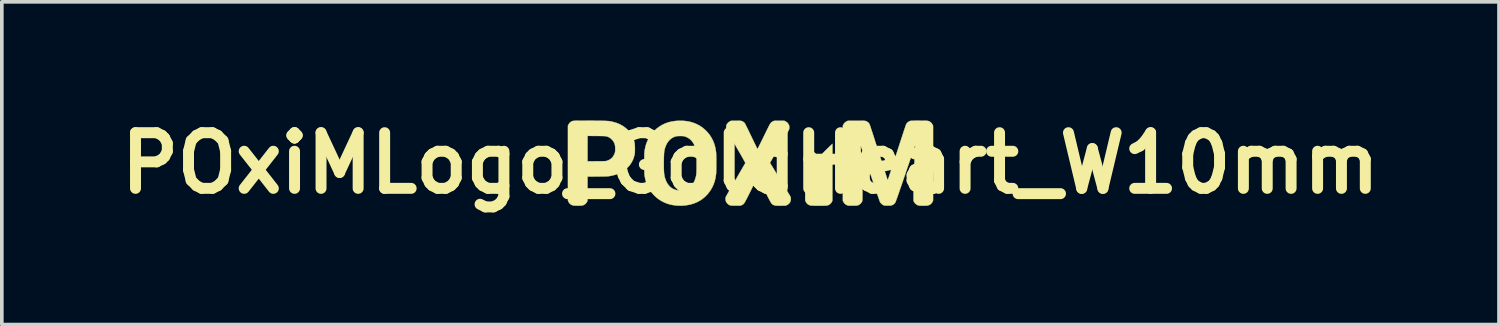
<source format=kicad_pcb>
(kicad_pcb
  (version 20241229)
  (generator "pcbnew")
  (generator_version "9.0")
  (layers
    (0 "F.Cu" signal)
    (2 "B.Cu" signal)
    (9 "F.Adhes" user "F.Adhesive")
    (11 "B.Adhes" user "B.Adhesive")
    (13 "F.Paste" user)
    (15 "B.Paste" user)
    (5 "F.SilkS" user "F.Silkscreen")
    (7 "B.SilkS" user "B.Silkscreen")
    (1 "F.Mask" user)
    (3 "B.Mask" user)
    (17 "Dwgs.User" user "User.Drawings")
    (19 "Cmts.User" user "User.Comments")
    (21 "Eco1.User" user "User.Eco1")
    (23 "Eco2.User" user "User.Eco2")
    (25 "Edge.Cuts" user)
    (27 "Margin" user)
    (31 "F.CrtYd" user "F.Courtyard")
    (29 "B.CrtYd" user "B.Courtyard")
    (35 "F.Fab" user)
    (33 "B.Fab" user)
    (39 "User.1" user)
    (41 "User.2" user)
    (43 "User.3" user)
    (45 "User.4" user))
  (footprint "POxiMLogo_GoldHeart_W10mm"
    (layer "F.Cu")
    (at 17.497 1.418)
    (property "Reference" "POxiMLogo_GoldHeart_W10mm" (at 0 0 0) (layer "F.SilkS") (effects (font (size 1.524 1.524) (thickness 0.3))))
    (attr through_hole)
    (fp_poly (pts (xy 1.751 -1.149) (xy 1.787 -1.133) (xy 1.805 -1.121) (xy 1.828 -1.099) (xy 1.849 -1.07) (xy 1.865 -1.04) (xy 1.871 -1.021) (xy 1.878 -0.993) (xy 1.882 -1.011) (xy 1.894 -1.045) (xy 1.914 -1.079) (xy 1.94 -1.109) (xy 1.97 -1.133) (xy 1.99 -1.145) (xy 2.014 -1.152) (xy 2.044 -1.156) (xy 2.076 -1.156) (xy 2.107 -1.154) (xy 2.133 -1.147) (xy 2.14 -1.145) (xy 2.166 -1.129) (xy 2.192 -1.107) (xy 2.215 -1.081) (xy 2.232 -1.055) (xy 2.234 -1.052) (xy 2.241 -1.035) (xy 2.245 -1.02) (xy 2.247 -1.002) (xy 2.248 -0.98) (xy 2.247 -0.957) (xy 2.244 -0.936) (xy 2.237 -0.916) (xy 2.226 -0.895) (xy 2.21 -0.87) (xy 2.189 -0.84) (xy 2.185 -0.835) (xy 2.176 -0.823) (xy 2.161 -0.806) (xy 2.141 -0.784) (xy 2.118 -0.759) (xy 2.092 -0.732) (xy 2.064 -0.703) (xy 2.035 -0.673) (xy 2.007 -0.643) (xy 1.979 -0.615) (xy 1.952 -0.588) (xy 1.929 -0.564) (xy 1.909 -0.545) (xy 1.893 -0.53) (xy 1.882 -0.521) (xy 1.878 -0.518) (xy 1.874 -0.522) (xy 1.863 -0.532) (xy 1.846 -0.547) (xy 1.826 -0.567) (xy 1.801 -0.591) (xy 1.774 -0.619) (xy 1.751 -0.641) (xy 1.702 -0.691) (xy 1.66 -0.735) (xy 1.625 -0.773) (xy 1.595 -0.807) (xy 1.571 -0.837) (xy 1.552 -0.864) (xy 1.536 -0.888) (xy 1.526 -0.907) (xy 1.516 -0.929) (xy 1.51 -0.946) (xy 1.507 -0.961) (xy 1.507 -0.978) (xy 1.512 -1.019) (xy 1.525 -1.056) (xy 1.546 -1.088) (xy 1.572 -1.114) (xy 1.603 -1.135) (xy 1.638 -1.15) (xy 1.675 -1.157) (xy 1.713 -1.157) (xy 1.751 -1.149)) (stroke (width 0.01) (type solid)) (fill yes) (layer "F.Mask"))
    (fp_poly (pts (xy 1.688 -0.357) (xy 1.877 -0.168) (xy 2.002 -0.292) (xy 2.034 -0.325) (xy 2.067 -0.358) (xy 2.099 -0.39) (xy 2.13 -0.419) (xy 2.156 -0.445) (xy 2.178 -0.466) (xy 2.186 -0.473) (xy 2.245 -0.53) (xy 2.244 0.25) (xy 2.243 1.029) (xy 2.232 1.053) (xy 2.217 1.077) (xy 2.197 1.102) (xy 2.174 1.123) (xy 2.151 1.139) (xy 2.149 1.14) (xy 2.137 1.146) (xy 2.126 1.15) (xy 2.113 1.154) (xy 2.098 1.157) (xy 2.08 1.159) (xy 2.057 1.161) (xy 2.029 1.162) (xy 1.995 1.163) (xy 1.953 1.163) (xy 1.903 1.163) (xy 1.868 1.163) (xy 1.814 1.163) (xy 1.769 1.163) (xy 1.732 1.162) (xy 1.703 1.161) (xy 1.68 1.16) (xy 1.662 1.159) (xy 1.648 1.158) (xy 1.638 1.156) (xy 1.636 1.155) (xy 1.596 1.139) (xy 1.561 1.116) (xy 1.533 1.085) (xy 1.513 1.047) (xy 1.513 1.047) (xy 1.501 1.019) (xy 1.5 0.236) (xy 1.498 -0.546) (xy 1.688 -0.357)) (stroke (width 0.01) (type solid)) (fill yes) (layer "F.SilkS"))
    (fp_poly (pts (xy -4.544 -1.163) (xy -4.475 -1.162) (xy -4.397 -1.162) (xy -4.376 -1.162) (xy -4.295 -1.162) (xy -4.223 -1.161) (xy -4.159 -1.161) (xy -4.104 -1.16) (xy -4.055 -1.159) (xy -4.013 -1.159) (xy -3.976 -1.158) (xy -3.945 -1.156) (xy -3.917 -1.155) (xy -3.893 -1.153) (xy -3.871 -1.151) (xy -3.851 -1.148) (xy -3.832 -1.145) (xy -3.813 -1.141) (xy -3.794 -1.137) (xy -3.773 -1.132) (xy -3.756 -1.128) (xy -3.667 -1.102) (xy -3.585 -1.069) (xy -3.508 -1.028) (xy -3.438 -0.98) (xy -3.375 -0.927) (xy -3.319 -0.867) (xy -3.271 -0.801) (xy -3.231 -0.73) (xy -3.201 -0.659) (xy -3.189 -0.622) (xy -3.179 -0.589) (xy -3.172 -0.557) (xy -3.168 -0.523) (xy -3.165 -0.486) (xy -3.163 -0.443) (xy -3.163 -0.396) (xy -3.163 -0.357) (xy -3.163 -0.326) (xy -3.164 -0.301) (xy -3.166 -0.28) (xy -3.168 -0.262) (xy -3.171 -0.245) (xy -3.174 -0.23) (xy -3.194 -0.154) (xy -3.22 -0.085) (xy -3.253 -0.022) (xy -3.293 0.038) (xy -3.342 0.096) (xy -3.363 0.117) (xy -3.423 0.172) (xy -3.486 0.219) (xy -3.555 0.259) (xy -3.63 0.292) (xy -3.711 0.32) (xy -3.8 0.342) (xy -3.866 0.354) (xy -3.881 0.356) (xy -3.897 0.357) (xy -3.918 0.359) (xy -3.942 0.36) (xy -3.972 0.361) (xy -4.008 0.362) (xy -4.051 0.363) (xy -4.102 0.363) (xy -4.162 0.364) (xy -4.19 0.364) (xy -4.46 0.367) (xy -4.461 0.7) (xy -4.463 1.034) (xy -4.477 1.061) (xy -4.502 1.097) (xy -4.533 1.126) (xy -4.57 1.147) (xy -4.609 1.158) (xy -4.625 1.16) (xy -4.649 1.162) (xy -4.678 1.163) (xy -4.711 1.163) (xy -4.745 1.163) (xy -4.779 1.162) (xy -4.809 1.161) (xy -4.835 1.159) (xy -4.853 1.157) (xy -4.859 1.156) (xy -4.899 1.141) (xy -4.934 1.118) (xy -4.963 1.087) (xy -4.982 1.055) (xy -4.996 1.024) (xy -4.996 -0.05) (xy -4.46 -0.05) (xy -4.213 -0.052) (xy -4.156 -0.052) (xy -4.108 -0.053) (xy -4.069 -0.053) (xy -4.037 -0.054) (xy -4.011 -0.054) (xy -3.991 -0.055) (xy -3.975 -0.056) (xy -3.962 -0.058) (xy -3.951 -0.059) (xy -3.942 -0.061) (xy -3.933 -0.063) (xy -3.927 -0.065) (xy -3.873 -0.087) (xy -3.825 -0.116) (xy -3.784 -0.152) (xy -3.751 -0.196) (xy -3.725 -0.246) (xy -3.715 -0.271) (xy -3.71 -0.288) (xy -3.706 -0.303) (xy -3.704 -0.319) (xy -3.702 -0.337) (xy -3.701 -0.361) (xy -3.701 -0.391) (xy -3.702 -0.432) (xy -3.704 -0.465) (xy -3.708 -0.493) (xy -3.715 -0.519) (xy -3.725 -0.546) (xy -3.738 -0.574) (xy -3.754 -0.602) (xy -3.774 -0.628) (xy -3.795 -0.65) (xy -3.828 -0.681) (xy -3.862 -0.704) (xy -3.901 -0.722) (xy -3.932 -0.732) (xy -3.941 -0.735) (xy -3.95 -0.737) (xy -3.959 -0.739) (xy -3.971 -0.74) (xy -3.985 -0.741) (xy -4.003 -0.742) (xy -4.025 -0.743) (xy -4.053 -0.744) (xy -4.088 -0.744) (xy -4.13 -0.745) (xy -4.181 -0.745) (xy -4.215 -0.746) (xy -4.46 -0.747) (xy -4.46 -0.05) (xy -4.996 -0.05) (xy -4.996 -1.024) (xy -4.982 -1.055) (xy -4.963 -1.086) (xy -4.938 -1.114) (xy -4.909 -1.137) (xy -4.899 -1.142) (xy -4.891 -1.146) (xy -4.884 -1.149) (xy -4.875 -1.152) (xy -4.865 -1.154) (xy -4.853 -1.157) (xy -4.839 -1.158) (xy -4.821 -1.16) (xy -4.799 -1.161) (xy -4.772 -1.162) (xy -4.74 -1.162) (xy -4.701 -1.163) (xy -4.656 -1.163) (xy -4.604 -1.163) (xy -4.544 -1.163)) (stroke (width 0.01) (type solid)) (fill yes) (layer "F.SilkS"))
    (fp_poly (pts (xy -1.859 -1.161) (xy -1.757 -1.152) (xy -1.658 -1.134) (xy -1.565 -1.107) (xy -1.476 -1.071) (xy -1.391 -1.027) (xy -1.312 -0.974) (xy -1.239 -0.912) (xy -1.18 -0.852) (xy -1.118 -0.777) (xy -1.066 -0.696) (xy -1.022 -0.611) (xy -0.987 -0.52) (xy -0.961 -0.425) (xy -0.944 -0.324) (xy -0.94 -0.292) (xy -0.939 -0.273) (xy -0.938 -0.245) (xy -0.937 -0.209) (xy -0.936 -0.167) (xy -0.935 -0.121) (xy -0.935 -0.071) (xy -0.935 -0.02) (xy -0.935 0.032) (xy -0.935 0.083) (xy -0.936 0.132) (xy -0.936 0.178) (xy -0.937 0.218) (xy -0.938 0.252) (xy -0.939 0.278) (xy -0.94 0.292) (xy -0.955 0.395) (xy -0.978 0.493) (xy -1.01 0.585) (xy -1.051 0.672) (xy -1.1 0.754) (xy -1.158 0.831) (xy -1.225 0.902) (xy -1.264 0.938) (xy -1.335 0.994) (xy -1.413 1.042) (xy -1.497 1.083) (xy -1.586 1.115) (xy -1.68 1.139) (xy -1.778 1.155) (xy -1.879 1.163) (xy -1.985 1.162) (xy -2.042 1.157) (xy -2.141 1.143) (xy -2.237 1.12) (xy -2.328 1.088) (xy -2.414 1.047) (xy -2.496 0.998) (xy -2.571 0.941) (xy -2.641 0.876) (xy -2.704 0.803) (xy -2.713 0.792) (xy -2.767 0.713) (xy -2.813 0.628) (xy -2.849 0.538) (xy -2.877 0.444) (xy -2.896 0.345) (xy -2.898 0.329) (xy -2.9 0.307) (xy -2.902 0.276) (xy -2.903 0.238) (xy -2.905 0.194) (xy -2.905 0.144) (xy -2.906 0.092) (xy -2.906 0.037) (xy -2.906 0.012) (xy -2.372 0.012) (xy -2.372 0.082) (xy -2.371 0.142) (xy -2.369 0.195) (xy -2.367 0.242) (xy -2.363 0.283) (xy -2.359 0.319) (xy -2.353 0.35) (xy -2.35 0.366) (xy -2.329 0.438) (xy -2.303 0.504) (xy -2.27 0.563) (xy -2.231 0.614) (xy -2.188 0.657) (xy -2.139 0.692) (xy -2.085 0.718) (xy -2.047 0.731) (xy -2.026 0.737) (xy -2.009 0.74) (xy -1.995 0.743) (xy -1.979 0.745) (xy -1.961 0.745) (xy -1.938 0.745) (xy -1.907 0.745) (xy -1.905 0.745) (xy -1.874 0.744) (xy -1.851 0.743) (xy -1.832 0.741) (xy -1.816 0.738) (xy -1.8 0.734) (xy -1.781 0.728) (xy -1.777 0.727) (xy -1.72 0.702) (xy -1.669 0.669) (xy -1.623 0.628) (xy -1.582 0.579) (xy -1.547 0.522) (xy -1.519 0.457) (xy -1.496 0.385) (xy -1.496 0.385) (xy -1.491 0.364) (xy -1.487 0.344) (xy -1.483 0.323) (xy -1.481 0.301) (xy -1.478 0.276) (xy -1.477 0.248) (xy -1.475 0.215) (xy -1.474 0.177) (xy -1.474 0.131) (xy -1.473 0.078) (xy -1.473 0.016) (xy -1.473 0) (xy -1.473 -0.064) (xy -1.474 -0.12) (xy -1.474 -0.167) (xy -1.475 -0.207) (xy -1.476 -0.241) (xy -1.478 -0.27) (xy -1.48 -0.296) (xy -1.483 -0.318) (xy -1.486 -0.339) (xy -1.49 -0.359) (xy -1.495 -0.38) (xy -1.496 -0.384) (xy -1.518 -0.456) (xy -1.547 -0.521) (xy -1.582 -0.578) (xy -1.623 -0.628) (xy -1.669 -0.669) (xy -1.721 -0.702) (xy -1.778 -0.727) (xy -1.796 -0.733) (xy -1.813 -0.737) (xy -1.828 -0.74) (xy -1.845 -0.742) (xy -1.865 -0.743) (xy -1.892 -0.744) (xy -1.923 -0.744) (xy -1.964 -0.743) (xy -1.997 -0.742) (xy -2.025 -0.738) (xy -2.05 -0.733) (xy -2.075 -0.724) (xy -2.101 -0.713) (xy -2.111 -0.709) (xy -2.161 -0.68) (xy -2.206 -0.643) (xy -2.248 -0.597) (xy -2.284 -0.543) (xy -2.314 -0.483) (xy -2.334 -0.429) (xy -2.342 -0.404) (xy -2.349 -0.38) (xy -2.354 -0.355) (xy -2.359 -0.329) (xy -2.362 -0.3) (xy -2.365 -0.268) (xy -2.367 -0.23) (xy -2.369 -0.186) (xy -2.37 -0.134) (xy -2.371 -0.074) (xy -2.371 -0.066) (xy -2.372 0.012) (xy -2.906 0.012) (xy -2.906 -0.019) (xy -2.906 -0.074) (xy -2.906 -0.128) (xy -2.905 -0.178) (xy -2.904 -0.224) (xy -2.902 -0.265) (xy -2.901 -0.298) (xy -2.899 -0.322) (xy -2.898 -0.329) (xy -2.88 -0.428) (xy -2.854 -0.523) (xy -2.818 -0.614) (xy -2.775 -0.699) (xy -2.723 -0.779) (xy -2.663 -0.853) (xy -2.596 -0.92) (xy -2.559 -0.952) (xy -2.485 -1.006) (xy -2.409 -1.052) (xy -2.328 -1.089) (xy -2.244 -1.119) (xy -2.154 -1.14) (xy -2.058 -1.155) (xy -1.966 -1.161) (xy -1.859 -1.161)) (stroke (width 0.01) (type solid)) (fill yes) (layer "F.SilkS"))
    (fp_poly (pts (xy 0.956 -1.147) (xy 0.992 -1.125) (xy 1.022 -1.097) (xy 1.045 -1.064) (xy 1.05 -1.055) (xy 1.057 -1.037) (xy 1.062 -1.021) (xy 1.064 -1.002) (xy 1.064 -0.98) (xy 1.064 -0.957) (xy 1.062 -0.94) (xy 1.057 -0.925) (xy 1.05 -0.907) (xy 1.048 -0.904) (xy 1.044 -0.895) (xy 1.034 -0.878) (xy 1.02 -0.853) (xy 1.002 -0.822) (xy 0.981 -0.784) (xy 0.956 -0.741) (xy 0.929 -0.693) (xy 0.899 -0.641) (xy 0.867 -0.585) (xy 0.833 -0.526) (xy 0.798 -0.466) (xy 0.784 -0.44) (xy 0.535 -0.01) (xy 0.815 0.449) (xy 0.86 0.522) (xy 0.901 0.591) (xy 0.94 0.654) (xy 0.975 0.712) (xy 1.006 0.764) (xy 1.033 0.81) (xy 1.056 0.849) (xy 1.075 0.881) (xy 1.089 0.906) (xy 1.098 0.923) (xy 1.102 0.931) (xy 1.102 0.932) (xy 1.106 0.953) (xy 1.107 0.981) (xy 1.106 0.993) (xy 1.099 1.035) (xy 1.083 1.073) (xy 1.058 1.105) (xy 1.025 1.132) (xy 1.001 1.145) (xy 0.968 1.161) (xy 0.838 1.163) (xy 0.79 1.163) (xy 0.751 1.163) (xy 0.719 1.162) (xy 0.693 1.16) (xy 0.671 1.157) (xy 0.654 1.152) (xy 0.638 1.146) (xy 0.624 1.14) (xy 0.616 1.135) (xy 0.609 1.131) (xy 0.602 1.126) (xy 0.594 1.12) (xy 0.587 1.112) (xy 0.579 1.103) (xy 0.571 1.091) (xy 0.561 1.076) (xy 0.55 1.058) (xy 0.538 1.035) (xy 0.523 1.009) (xy 0.506 0.977) (xy 0.487 0.94) (xy 0.465 0.897) (xy 0.441 0.847) (xy 0.413 0.79) (xy 0.381 0.726) (xy 0.345 0.655) (xy 0.306 0.574) (xy 0.288 0.538) (xy 0.202 0.363) (xy 0.023 0.724) (xy -0.011 0.793) (xy -0.041 0.853) (xy -0.067 0.905) (xy -0.09 0.95) (xy -0.11 0.988) (xy -0.127 1.02) (xy -0.141 1.047) (xy -0.154 1.069) (xy -0.165 1.087) (xy -0.175 1.101) (xy -0.184 1.112) (xy -0.193 1.121) (xy -0.201 1.127) (xy -0.21 1.133) (xy -0.219 1.138) (xy -0.23 1.143) (xy -0.234 1.145) (xy -0.267 1.161) (xy -0.391 1.162) (xy -0.427 1.162) (xy -0.461 1.162) (xy -0.491 1.161) (xy -0.515 1.16) (xy -0.532 1.159) (xy -0.538 1.158) (xy -0.576 1.145) (xy -0.61 1.124) (xy -0.64 1.095) (xy -0.663 1.06) (xy -0.664 1.058) (xy -0.675 1.027) (xy -0.68 0.993) (xy -0.68 0.958) (xy -0.674 0.927) (xy -0.672 0.922) (xy -0.668 0.914) (xy -0.659 0.898) (xy -0.646 0.875) (xy -0.629 0.844) (xy -0.608 0.807) (xy -0.584 0.765) (xy -0.557 0.718) (xy -0.527 0.666) (xy -0.495 0.611) (xy -0.461 0.552) (xy -0.426 0.491) (xy -0.401 0.45) (xy -0.365 0.388) (xy -0.331 0.328) (xy -0.298 0.271) (xy -0.267 0.218) (xy -0.239 0.169) (xy -0.213 0.125) (xy -0.191 0.087) (xy -0.172 0.054) (xy -0.157 0.028) (xy -0.146 0.008) (xy -0.14 -0.003) (xy -0.138 -0.006) (xy -0.141 -0.011) (xy -0.148 -0.025) (xy -0.159 -0.047) (xy -0.175 -0.075) (xy -0.194 -0.11) (xy -0.217 -0.152) (xy -0.244 -0.198) (xy -0.273 -0.25) (xy -0.305 -0.306) (xy -0.34 -0.366) (xy -0.376 -0.429) (xy -0.393 -0.459) (xy -0.429 -0.521) (xy -0.464 -0.582) (xy -0.497 -0.639) (xy -0.527 -0.693) (xy -0.556 -0.743) (xy -0.582 -0.789) (xy -0.604 -0.829) (xy -0.623 -0.864) (xy -0.639 -0.892) (xy -0.65 -0.913) (xy -0.657 -0.926) (xy -0.658 -0.93) (xy -0.664 -0.959) (xy -0.664 -0.992) (xy -0.66 -1.025) (xy -0.651 -1.053) (xy -0.635 -1.081) (xy -0.611 -1.108) (xy -0.583 -1.131) (xy -0.557 -1.146) (xy -0.526 -1.161) (xy -0.391 -1.161) (xy -0.349 -1.161) (xy -0.316 -1.16) (xy -0.29 -1.16) (xy -0.271 -1.159) (xy -0.257 -1.157) (xy -0.246 -1.155) (xy -0.237 -1.153) (xy -0.235 -1.152) (xy -0.206 -1.138) (xy -0.179 -1.119) (xy -0.158 -1.099) (xy -0.153 -1.092) (xy -0.149 -1.085) (xy -0.14 -1.069) (xy -0.128 -1.045) (xy -0.113 -1.014) (xy -0.095 -0.978) (xy -0.074 -0.936) (xy -0.051 -0.889) (xy -0.027 -0.839) (xy -0.001 -0.785) (xy 0.025 -0.731) (xy 0.052 -0.676) (xy 0.077 -0.623) (xy 0.101 -0.574) (xy 0.122 -0.529) (xy 0.142 -0.489) (xy 0.159 -0.454) (xy 0.173 -0.425) (xy 0.183 -0.404) (xy 0.19 -0.39) (xy 0.193 -0.385) (xy 0.193 -0.385) (xy 0.196 -0.389) (xy 0.202 -0.401) (xy 0.213 -0.421) (xy 0.227 -0.448) (xy 0.244 -0.482) (xy 0.263 -0.521) (xy 0.285 -0.565) (xy 0.309 -0.613) (xy 0.335 -0.666) (xy 0.362 -0.721) (xy 0.366 -0.73) (xy 0.398 -0.795) (xy 0.425 -0.851) (xy 0.449 -0.9) (xy 0.47 -0.941) (xy 0.487 -0.976) (xy 0.502 -1.006) (xy 0.514 -1.029) (xy 0.524 -1.049) (xy 0.533 -1.064) (xy 0.54 -1.076) (xy 0.546 -1.086) (xy 0.552 -1.094) (xy 0.558 -1.1) (xy 0.563 -1.106) (xy 0.565 -1.108) (xy 0.593 -1.132) (xy 0.621 -1.148) (xy 0.623 -1.149) (xy 0.632 -1.152) (xy 0.641 -1.155) (xy 0.651 -1.157) (xy 0.663 -1.159) (xy 0.679 -1.16) (xy 0.7 -1.16) (xy 0.727 -1.161) (xy 0.762 -1.161) (xy 0.79 -1.161) (xy 0.927 -1.161) (xy 0.956 -1.147)) (stroke (width 0.01) (type solid)) (fill yes) (layer "F.SilkS"))
    (fp_poly (pts (xy 4.754 -1.163) (xy 4.788 -1.162) (xy 4.816 -1.161) (xy 4.839 -1.159) (xy 4.857 -1.157) (xy 4.872 -1.154) (xy 4.884 -1.151) (xy 4.895 -1.146) (xy 4.904 -1.142) (xy 4.933 -1.122) (xy 4.96 -1.096) (xy 4.981 -1.066) (xy 4.987 -1.055) (xy 5.001 -1.024) (xy 5.001 1.024) (xy 4.987 1.055) (xy 4.965 1.091) (xy 4.935 1.121) (xy 4.9 1.143) (xy 4.859 1.157) (xy 4.857 1.158) (xy 4.842 1.16) (xy 4.819 1.161) (xy 4.789 1.162) (xy 4.757 1.163) (xy 4.723 1.163) (xy 4.689 1.163) (xy 4.659 1.162) (xy 4.634 1.161) (xy 4.616 1.159) (xy 4.614 1.158) (xy 4.572 1.146) (xy 4.536 1.124) (xy 4.505 1.095) (xy 4.482 1.061) (xy 4.468 1.034) (xy 4.467 0.777) (xy 4.467 0.734) (xy 4.466 0.694) (xy 4.466 0.658) (xy 4.467 0.623) (xy 4.467 0.589) (xy 4.468 0.556) (xy 4.468 0.522) (xy 4.469 0.485) (xy 4.471 0.447) (xy 4.472 0.404) (xy 4.474 0.358) (xy 4.477 0.305) (xy 4.479 0.246) (xy 4.482 0.18) (xy 4.486 0.106) (xy 4.49 0.025) (xy 4.493 -0.045) (xy 4.497 -0.112) (xy 4.5 -0.176) (xy 4.502 -0.235) (xy 4.505 -0.289) (xy 4.507 -0.338) (xy 4.508 -0.381) (xy 4.509 -0.416) (xy 4.51 -0.444) (xy 4.511 -0.463) (xy 4.511 -0.473) (xy 4.51 -0.475) (xy 4.506 -0.474) (xy 4.501 -0.465) (xy 4.501 -0.464) (xy 4.499 -0.458) (xy 4.493 -0.443) (xy 4.485 -0.419) (xy 4.474 -0.387) (xy 4.46 -0.347) (xy 4.444 -0.3) (xy 4.426 -0.247) (xy 4.406 -0.188) (xy 4.384 -0.124) (xy 4.36 -0.055) (xy 4.335 0.018) (xy 4.309 0.096) (xy 4.281 0.176) (xy 4.253 0.26) (xy 4.239 0.302) (xy 4.202 0.408) (xy 4.169 0.505) (xy 4.139 0.592) (xy 4.112 0.672) (xy 4.087 0.743) (xy 4.066 0.806) (xy 4.046 0.861) (xy 4.029 0.91) (xy 4.014 0.951) (xy 4.002 0.987) (xy 3.991 1.016) (xy 3.982 1.039) (xy 3.975 1.057) (xy 3.97 1.07) (xy 3.966 1.078) (xy 3.964 1.081) (xy 3.94 1.11) (xy 3.908 1.135) (xy 3.873 1.152) (xy 3.862 1.155) (xy 3.848 1.158) (xy 3.831 1.159) (xy 3.808 1.16) (xy 3.777 1.161) (xy 3.759 1.161) (xy 3.727 1.161) (xy 3.703 1.16) (xy 3.685 1.16) (xy 3.672 1.158) (xy 3.661 1.156) (xy 3.651 1.152) (xy 3.64 1.147) (xy 3.639 1.146) (xy 3.614 1.132) (xy 3.589 1.112) (xy 3.568 1.09) (xy 3.552 1.068) (xy 3.55 1.064) (xy 3.547 1.058) (xy 3.542 1.042) (xy 3.533 1.018) (xy 3.522 0.986) (xy 3.508 0.946) (xy 3.492 0.9) (xy 3.474 0.847) (xy 3.454 0.788) (xy 3.432 0.723) (xy 3.408 0.654) (xy 3.383 0.58) (xy 3.357 0.503) (xy 3.329 0.423) (xy 3.301 0.339) (xy 3.287 0.297) (xy 3.258 0.213) (xy 3.23 0.131) (xy 3.203 0.052) (xy 3.178 -0.022) (xy 3.154 -0.093) (xy 3.131 -0.159) (xy 3.11 -0.22) (xy 3.091 -0.276) (xy 3.074 -0.325) (xy 3.06 -0.367) (xy 3.047 -0.402) (xy 3.038 -0.429) (xy 3.031 -0.448) (xy 3.028 -0.458) (xy 3.027 -0.459) (xy 3.022 -0.462) (xy 3.02 -0.462) (xy 3.02 -0.456) (xy 3.021 -0.442) (xy 3.021 -0.418) (xy 3.023 -0.386) (xy 3.024 -0.347) (xy 3.026 -0.301) (xy 3.029 -0.249) (xy 3.031 -0.192) (xy 3.034 -0.13) (xy 3.037 -0.064) (xy 3.041 0.006) (xy 3.043 0.056) (xy 3.047 0.142) (xy 3.051 0.218) (xy 3.054 0.285) (xy 3.057 0.346) (xy 3.06 0.399) (xy 3.062 0.447) (xy 3.063 0.49) (xy 3.065 0.529) (xy 3.066 0.565) (xy 3.066 0.598) (xy 3.067 0.63) (xy 3.067 0.662) (xy 3.067 0.694) (xy 3.067 0.727) (xy 3.067 0.762) (xy 3.067 0.8) (xy 3.067 0.854) (xy 3.066 0.899) (xy 3.066 0.936) (xy 3.066 0.966) (xy 3.065 0.989) (xy 3.064 1.007) (xy 3.063 1.02) (xy 3.062 1.031) (xy 3.06 1.038) (xy 3.058 1.045) (xy 3.056 1.051) (xy 3.055 1.053) (xy 3.04 1.077) (xy 3.02 1.102) (xy 2.997 1.123) (xy 2.974 1.139) (xy 2.972 1.14) (xy 2.952 1.149) (xy 2.93 1.156) (xy 2.922 1.158) (xy 2.908 1.159) (xy 2.885 1.161) (xy 2.857 1.162) (xy 2.825 1.162) (xy 2.791 1.163) (xy 2.758 1.162) (xy 2.727 1.162) (xy 2.7 1.161) (xy 2.681 1.159) (xy 2.674 1.158) (xy 2.638 1.146) (xy 2.604 1.126) (xy 2.574 1.099) (xy 2.551 1.067) (xy 2.546 1.057) (xy 2.532 1.029) (xy 2.532 -1.029) (xy 2.546 -1.057) (xy 2.567 -1.091) (xy 2.597 -1.12) (xy 2.632 -1.143) (xy 2.637 -1.145) (xy 2.67 -1.161) (xy 2.906 -1.161) (xy 2.961 -1.161) (xy 3.007 -1.161) (xy 3.044 -1.161) (xy 3.075 -1.16) (xy 3.099 -1.16) (xy 3.118 -1.159) (xy 3.132 -1.158) (xy 3.143 -1.157) (xy 3.152 -1.155) (xy 3.159 -1.154) (xy 3.166 -1.151) (xy 3.171 -1.149) (xy 3.201 -1.133) (xy 3.23 -1.11) (xy 3.252 -1.084) (xy 3.263 -1.065) (xy 3.266 -1.059) (xy 3.271 -1.043) (xy 3.279 -1.019) (xy 3.29 -0.987) (xy 3.302 -0.948) (xy 3.317 -0.903) (xy 3.334 -0.852) (xy 3.352 -0.796) (xy 3.372 -0.735) (xy 3.393 -0.671) (xy 3.414 -0.603) (xy 3.437 -0.532) (xy 3.461 -0.46) (xy 3.484 -0.386) (xy 3.508 -0.312) (xy 3.532 -0.237) (xy 3.556 -0.163) (xy 3.579 -0.091) (xy 3.602 -0.02) (xy 3.624 0.049) (xy 3.645 0.114) (xy 3.665 0.176) (xy 3.683 0.233) (xy 3.7 0.286) (xy 3.715 0.332) (xy 3.727 0.373) (xy 3.738 0.406) (xy 3.746 0.432) (xy 3.751 0.45) (xy 3.754 0.459) (xy 3.754 0.46) (xy 3.758 0.462) (xy 3.76 0.462) (xy 3.763 0.457) (xy 3.768 0.443) (xy 3.777 0.42) (xy 3.788 0.388) (xy 3.802 0.347) (xy 3.818 0.297) (xy 3.837 0.24) (xy 3.859 0.174) (xy 3.883 0.101) (xy 3.909 0.021) (xy 3.938 -0.067) (xy 3.968 -0.161) (xy 4.001 -0.262) (xy 4.008 -0.283) (xy 4.035 -0.368) (xy 4.062 -0.45) (xy 4.088 -0.53) (xy 4.112 -0.606) (xy 4.136 -0.678) (xy 4.158 -0.746) (xy 4.179 -0.808) (xy 4.197 -0.865) (xy 4.214 -0.916) (xy 4.229 -0.96) (xy 4.241 -0.997) (xy 4.251 -1.026) (xy 4.258 -1.046) (xy 4.262 -1.058) (xy 4.263 -1.06) (xy 4.283 -1.093) (xy 4.312 -1.121) (xy 4.345 -1.143) (xy 4.358 -1.149) (xy 4.365 -1.152) (xy 4.372 -1.154) (xy 4.38 -1.156) (xy 4.39 -1.158) (xy 4.403 -1.159) (xy 4.419 -1.16) (xy 4.441 -1.161) (xy 4.469 -1.161) (xy 4.503 -1.162) (xy 4.546 -1.162) (xy 4.598 -1.162) (xy 4.605 -1.162) (xy 4.664 -1.163) (xy 4.713 -1.163) (xy 4.754 -1.163)) (stroke (width 0.01) (type solid)) (fill yes) (layer "F.SilkS")))
  (gr_rect
    (start -3 -3)
    (end 37.994 5.836)
    (stroke (width 0.1) (type default))
    (fill no)
    (layer "Edge.Cuts")))
</source>
